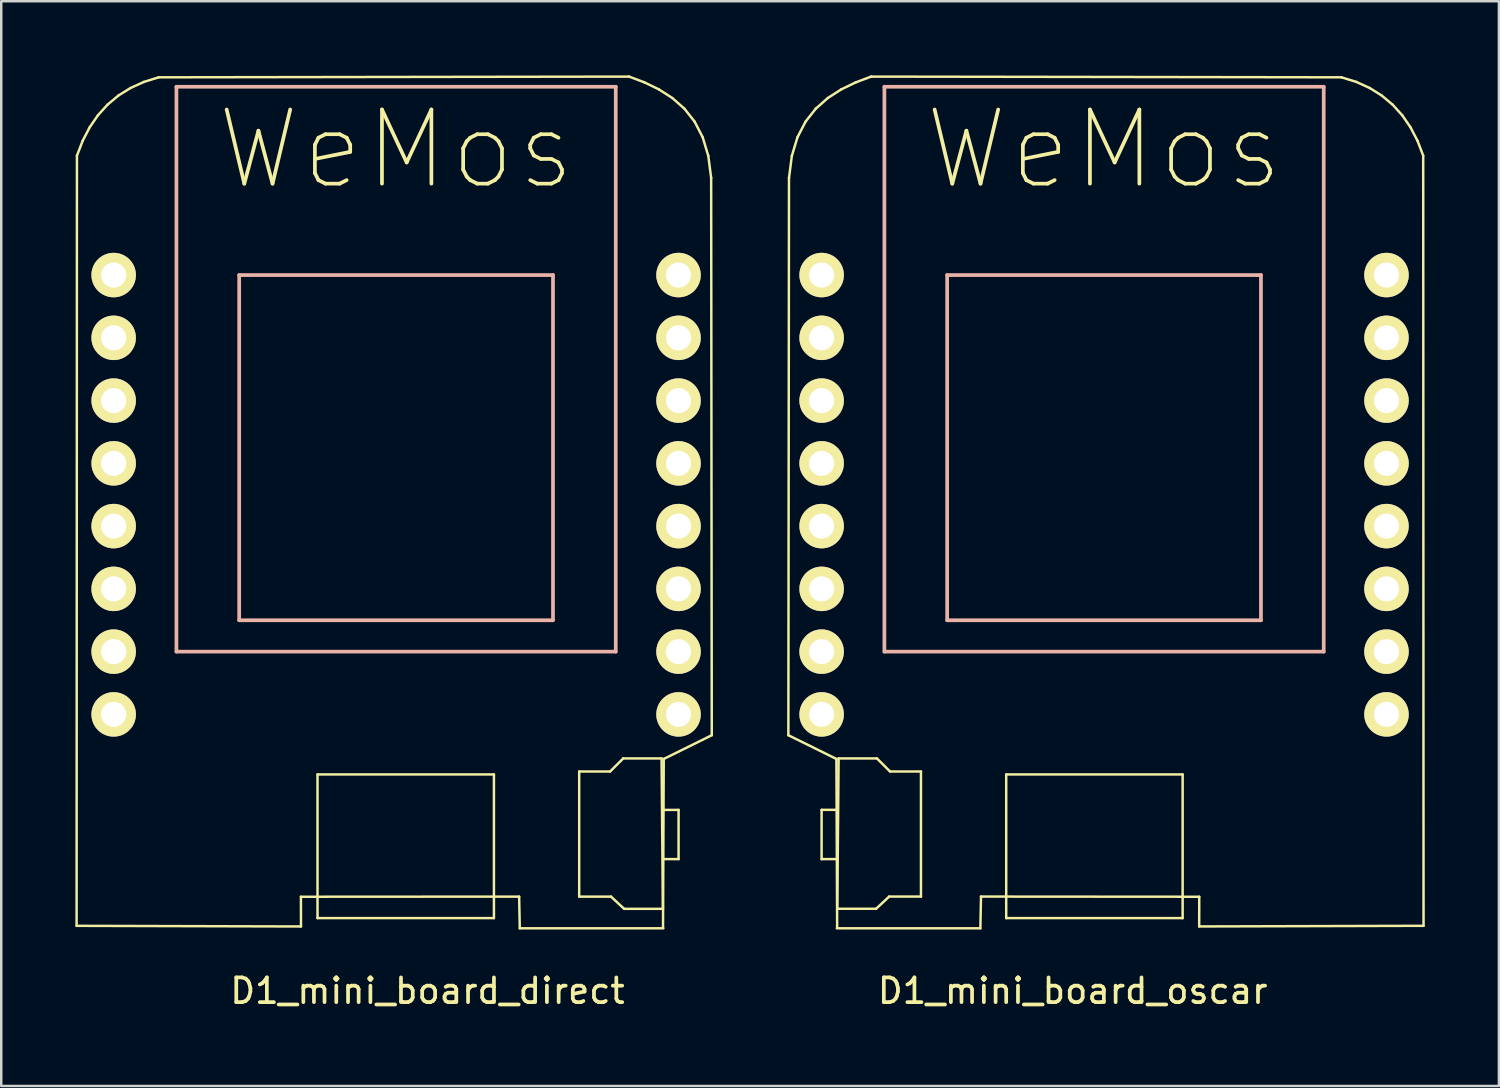
<source format=kicad_pcb>
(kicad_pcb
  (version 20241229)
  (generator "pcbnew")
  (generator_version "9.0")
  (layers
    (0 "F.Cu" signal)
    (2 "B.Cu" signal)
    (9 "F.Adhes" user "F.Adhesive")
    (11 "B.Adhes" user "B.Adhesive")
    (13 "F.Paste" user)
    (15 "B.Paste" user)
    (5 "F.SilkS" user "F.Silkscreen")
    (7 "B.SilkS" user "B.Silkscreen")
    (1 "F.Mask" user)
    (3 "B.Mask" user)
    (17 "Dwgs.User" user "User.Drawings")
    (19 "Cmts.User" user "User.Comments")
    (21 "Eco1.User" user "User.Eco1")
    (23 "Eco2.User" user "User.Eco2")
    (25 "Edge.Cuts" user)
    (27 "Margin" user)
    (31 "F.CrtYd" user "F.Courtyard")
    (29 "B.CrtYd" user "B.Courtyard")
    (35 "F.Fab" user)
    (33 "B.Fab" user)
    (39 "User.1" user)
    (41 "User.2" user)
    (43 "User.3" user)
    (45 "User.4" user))
  (footprint "D1_mini_board_direct"
    (layer "F.Cu")
    (at 12.98 18.242)
    (property "Reference" "D1_mini_board_direct" (at 1.27 18.81 0) (layer "F.SilkS") (effects (font (size 1 1) (thickness 0.15))))
    (attr through_hole)
    (fp_line (start -12.93 16.177) (end -12.916 -14.993) (stroke (width 0.1) (type solid)) (layer "F.SilkS"))
    (fp_line (start -12.916 -14.993) (end -12.683 -15.596) (stroke (width 0.1) (type solid)) (layer "F.SilkS"))
    (fp_line (start -12.683 -15.596) (end -12.4 -16.141) (stroke (width 0.1) (type solid)) (layer "F.SilkS"))
    (fp_line (start -12.4 -16.141) (end -12.065 -16.628) (stroke (width 0.1) (type solid)) (layer "F.SilkS"))
    (fp_line (start -12.065 -16.628) (end -11.679 -17.055) (stroke (width 0.1) (type solid)) (layer "F.SilkS"))
    (fp_line (start -11.679 -17.055) (end -11.241 -17.423) (stroke (width 0.1) (type solid)) (layer "F.SilkS"))
    (fp_line (start -11.241 -17.423) (end -10.749 -17.73) (stroke (width 0.1) (type solid)) (layer "F.SilkS"))
    (fp_line (start -10.749 -17.73) (end -10.205 -17.977) (stroke (width 0.1) (type solid)) (layer "F.SilkS"))
    (fp_line (start -10.205 -17.977) (end -9.607 -18.163) (stroke (width 0.1) (type solid)) (layer "F.SilkS"))
    (fp_line (start -9.607 -18.163) (end 9.43 -18.192) (stroke (width 0.1) (type solid)) (layer "F.SilkS"))
    (fp_line (start -3.851 15) (end -3.849 16.203) (stroke (width 0.1) (type solid)) (layer "F.SilkS"))
    (fp_line (start -3.849 16.203) (end -12.93 16.177) (stroke (width 0.1) (type solid)) (layer "F.SilkS"))
    (fp_line (start -3.18 10.051) (end 3.96 10.051) (stroke (width 0.1) (type solid)) (layer "F.SilkS"))
    (fp_line (start -3.18 15.865) (end -3.18 10.051) (stroke (width 0.1) (type solid)) (layer "F.SilkS"))
    (fp_line (start 3.96 10.051) (end 3.96 15.865) (stroke (width 0.1) (type solid)) (layer "F.SilkS"))
    (fp_line (start 3.96 15.865) (end -3.18 15.865) (stroke (width 0.1) (type solid)) (layer "F.SilkS"))
    (fp_line (start 4.98 14.994) (end -3.851 15) (stroke (width 0.1) (type solid)) (layer "F.SilkS"))
    (fp_line (start 5.006 16.277) (end 4.98 14.994) (stroke (width 0.1) (type solid)) (layer "F.SilkS"))
    (fp_line (start 7.41 9.932) (end 7.41 14.994) (stroke (width 0.1) (type solid)) (layer "F.SilkS"))
    (fp_line (start 7.41 14.994) (end 8.697 14.994) (stroke (width 0.1) (type solid)) (layer "F.SilkS"))
    (fp_line (start 8.662 9.932) (end 7.41 9.932) (stroke (width 0.1) (type solid)) (layer "F.SilkS"))
    (fp_line (start 8.697 14.994) (end 9.227 15.488) (stroke (width 0.1) (type solid)) (layer "F.SilkS"))
    (fp_line (start 9.191 9.402) (end 8.662 9.932) (stroke (width 0.1) (type solid)) (layer "F.SilkS"))
    (fp_line (start 9.227 15.488) (end 10.797 15.488) (stroke (width 0.1) (type solid)) (layer "F.SilkS"))
    (fp_line (start 9.43 -18.192) (end 10.05 -17.958) (stroke (width 0.1) (type solid)) (layer "F.SilkS"))
    (fp_line (start 10.05 -17.958) (end 10.638 -17.673) (stroke (width 0.1) (type solid)) (layer "F.SilkS"))
    (fp_line (start 10.638 -17.673) (end 11.181 -17.324) (stroke (width 0.1) (type solid)) (layer "F.SilkS"))
    (fp_line (start 10.744 9.402) (end 9.191 9.402) (stroke (width 0.1) (type solid)) (layer "F.SilkS"))
    (fp_line (start 10.779 11.484) (end 11.432 11.484) (stroke (width 0.1) (type solid)) (layer "F.SilkS"))
    (fp_line (start 10.797 15.488) (end 10.744 9.402) (stroke (width 0.1) (type solid)) (layer "F.SilkS"))
    (fp_line (start 10.817 16.277) (end 5.006 16.277) (stroke (width 0.1) (type solid)) (layer "F.SilkS"))
    (fp_line (start 10.832 9.424) (end 10.803 16.233) (stroke (width 0.1) (type solid)) (layer "F.SilkS"))
    (fp_line (start 11.181 -17.324) (end 11.667 -16.895) (stroke (width 0.1) (type solid)) (layer "F.SilkS"))
    (fp_line (start 11.432 11.484) (end 11.432 13.477) (stroke (width 0.1) (type solid)) (layer "F.SilkS"))
    (fp_line (start 11.432 13.477) (end 10.814 13.477) (stroke (width 0.1) (type solid)) (layer "F.SilkS"))
    (fp_line (start 11.667 -16.895) (end 12.08 -16.371) (stroke (width 0.1) (type solid)) (layer "F.SilkS"))
    (fp_line (start 12.08 -16.371) (end 12.407 -15.74) (stroke (width 0.1) (type solid)) (layer "F.SilkS"))
    (fp_line (start 12.407 -15.74) (end 12.635 -14.985) (stroke (width 0.1) (type solid)) (layer "F.SilkS"))
    (fp_line (start 12.635 -14.985) (end 12.751 -14.092) (stroke (width 0.1) (type solid)) (layer "F.SilkS"))
    (fp_line (start 12.751 -14.092) (end 12.776 8.463) (stroke (width 0.1) (type solid)) (layer "F.SilkS"))
    (fp_line (start 12.776 8.463) (end 10.832 9.424) (stroke (width 0.1) (type solid)) (layer "F.SilkS"))
    (fp_line (start -8.89 -17.78) (end -8.89 5.08) (stroke (width 0.15) (type solid)) (layer "B.SilkS"))
    (fp_line (start -8.89 5.08) (end 8.89 5.08) (stroke (width 0.15) (type solid)) (layer "B.SilkS"))
    (fp_line (start -6.35 -10.16) (end 6.35 -10.16) (stroke (width 0.15) (type solid)) (layer "B.SilkS"))
    (fp_line (start -6.35 3.81) (end -6.35 -10.16) (stroke (width 0.15) (type solid)) (layer "B.SilkS"))
    (fp_line (start 6.35 -10.16) (end 6.35 3.81) (stroke (width 0.15) (type solid)) (layer "B.SilkS"))
    (fp_line (start 6.35 3.81) (end -6.35 3.81) (stroke (width 0.15) (type solid)) (layer "B.SilkS"))
    (fp_line (start 8.89 -17.78) (end -8.89 -17.78) (stroke (width 0.15) (type solid)) (layer "B.SilkS"))
    (fp_line (start 8.89 5.08) (end 8.89 -17.78) (stroke (width 0.15) (type solid)) (layer "B.SilkS"))
    (fp_text user "WeMos" (at 0 -15.24 0) (layer "F.SilkS") (effects (font (size 3 3) (thickness 0.15))))
    (pad "1" thru_hole circle (at 11.43 7.62) (size 1.8 1.8) (drill 1.016) (layers "*.Cu" "*.Mask" "F.SilkS"))
    (pad "2" thru_hole circle (at 11.43 5.08) (size 1.8 1.8) (drill 1.016) (layers "*.Cu" "*.Mask" "F.SilkS"))
    (pad "3" thru_hole circle (at 11.43 2.54) (size 1.8 1.8) (drill 1.016) (layers "*.Cu" "*.Mask" "F.SilkS"))
    (pad "4" thru_hole circle (at 11.43 0) (size 1.8 1.8) (drill 1.016) (layers "*.Cu" "*.Mask" "F.SilkS"))
    (pad "5" thru_hole circle (at 11.43 -2.54) (size 1.8 1.8) (drill 1.016) (layers "*.Cu" "*.Mask" "F.SilkS"))
    (pad "6" thru_hole circle (at 11.43 -5.08) (size 1.8 1.8) (drill 1.016) (layers "*.Cu" "*.Mask" "F.SilkS"))
    (pad "7" thru_hole circle (at 11.43 -7.62) (size 1.8 1.8) (drill 1.016) (layers "*.Cu" "*.Mask" "F.SilkS"))
    (pad "8" thru_hole circle (at 11.43 -10.16) (size 1.8 1.8) (drill 1.016) (layers "*.Cu" "*.Mask" "F.SilkS"))
    (pad "9" thru_hole circle (at -11.43 -10.16) (size 1.8 1.8) (drill 1.016) (layers "*.Cu" "*.Mask" "F.SilkS"))
    (pad "10" thru_hole circle (at -11.43 -7.62) (size 1.8 1.8) (drill 1.016) (layers "*.Cu" "*.Mask" "F.SilkS"))
    (pad "11" thru_hole circle (at -11.43 -5.08) (size 1.8 1.8) (drill 1.016) (layers "*.Cu" "*.Mask" "F.SilkS"))
    (pad "12" thru_hole circle (at -11.43 -2.54) (size 1.8 1.8) (drill 1.016) (layers "*.Cu" "*.Mask" "F.SilkS"))
    (pad "13" thru_hole circle (at -11.43 0) (size 1.8 1.8) (drill 1.016) (layers "*.Cu" "*.Mask" "F.SilkS"))
    (pad "14" thru_hole circle (at -11.43 2.54) (size 1.8 1.8) (drill 1.016) (layers "*.Cu" "*.Mask" "F.SilkS"))
    (pad "15" thru_hole circle (at -11.43 5.08) (size 1.8 1.8) (drill 1.016) (layers "*.Cu" "*.Mask" "F.SilkS"))
    (pad "16" thru_hole circle (at -11.43 7.62) (size 1.8 1.8) (drill 1.016) (layers "*.Cu" "*.Mask" "F.SilkS")))
  (footprint "D1_mini_board_oscar"
    (layer "F.Cu")
    (at 42.153 16.108)
    (property "Reference" "D1_mini_board_oscar" (at -1.791 20.944 0) (layer "F.SilkS") (effects (font (size 1 1) (thickness 0.15))))
    (attr through_hole)
    (fp_line (start -13.297 10.597) (end -11.353 11.558) (stroke (width 0.1) (type solid)) (layer "F.SilkS"))
    (fp_line (start -13.272 -11.958) (end -13.297 10.597) (stroke (width 0.1) (type solid)) (layer "F.SilkS"))
    (fp_line (start -13.156 -12.851) (end -13.272 -11.958) (stroke (width 0.1) (type solid)) (layer "F.SilkS"))
    (fp_line (start -12.928 -13.606) (end -13.156 -12.851) (stroke (width 0.1) (type solid)) (layer "F.SilkS"))
    (fp_line (start -12.6 -14.238) (end -12.928 -13.606) (stroke (width 0.1) (type solid)) (layer "F.SilkS"))
    (fp_line (start -12.187 -14.761) (end -12.6 -14.238) (stroke (width 0.1) (type solid)) (layer "F.SilkS"))
    (fp_line (start -11.952 13.617) (end -11.952 15.611) (stroke (width 0.1) (type solid)) (layer "F.SilkS"))
    (fp_line (start -11.952 15.611) (end -11.335 15.611) (stroke (width 0.1) (type solid)) (layer "F.SilkS"))
    (fp_line (start -11.702 -15.19) (end -12.187 -14.761) (stroke (width 0.1) (type solid)) (layer "F.SilkS"))
    (fp_line (start -11.353 11.558) (end -11.323 18.366) (stroke (width 0.1) (type solid)) (layer "F.SilkS"))
    (fp_line (start -11.338 18.411) (end -5.527 18.411) (stroke (width 0.1) (type solid)) (layer "F.SilkS"))
    (fp_line (start -11.317 17.621) (end -11.264 11.536) (stroke (width 0.1) (type solid)) (layer "F.SilkS"))
    (fp_line (start -11.3 13.617) (end -11.952 13.617) (stroke (width 0.1) (type solid)) (layer "F.SilkS"))
    (fp_line (start -11.264 11.536) (end -9.712 11.536) (stroke (width 0.1) (type solid)) (layer "F.SilkS"))
    (fp_line (start -11.159 -15.54) (end -11.702 -15.19) (stroke (width 0.1) (type solid)) (layer "F.SilkS"))
    (fp_line (start -10.571 -15.824) (end -11.159 -15.54) (stroke (width 0.1) (type solid)) (layer "F.SilkS"))
    (fp_line (start -9.951 -16.058) (end -10.571 -15.824) (stroke (width 0.1) (type solid)) (layer "F.SilkS"))
    (fp_line (start -9.747 17.621) (end -11.317 17.621) (stroke (width 0.1) (type solid)) (layer "F.SilkS"))
    (fp_line (start -9.712 11.536) (end -9.183 12.065) (stroke (width 0.1) (type solid)) (layer "F.SilkS"))
    (fp_line (start -9.218 17.127) (end -9.747 17.621) (stroke (width 0.1) (type solid)) (layer "F.SilkS"))
    (fp_line (start -9.183 12.065) (end -7.931 12.065) (stroke (width 0.1) (type solid)) (layer "F.SilkS"))
    (fp_line (start -7.931 12.065) (end -7.931 17.127) (stroke (width 0.1) (type solid)) (layer "F.SilkS"))
    (fp_line (start -7.931 17.127) (end -9.218 17.127) (stroke (width 0.1) (type solid)) (layer "F.SilkS"))
    (fp_line (start -5.527 18.411) (end -5.501 17.127) (stroke (width 0.1) (type solid)) (layer "F.SilkS"))
    (fp_line (start -5.501 17.127) (end 3.331 17.134) (stroke (width 0.1) (type solid)) (layer "F.SilkS"))
    (fp_line (start -4.481 12.185) (end -4.481 17.999) (stroke (width 0.1) (type solid)) (layer "F.SilkS"))
    (fp_line (start -4.481 17.999) (end 2.659 17.999) (stroke (width 0.1) (type solid)) (layer "F.SilkS"))
    (fp_line (start 2.659 12.185) (end -4.481 12.185) (stroke (width 0.1) (type solid)) (layer "F.SilkS"))
    (fp_line (start 2.659 17.999) (end 2.659 12.185) (stroke (width 0.1) (type solid)) (layer "F.SilkS"))
    (fp_line (start 3.329 18.336) (end 12.409 18.31) (stroke (width 0.1) (type solid)) (layer "F.SilkS"))
    (fp_line (start 3.331 17.134) (end 3.329 18.336) (stroke (width 0.1) (type solid)) (layer "F.SilkS"))
    (fp_line (start 9.087 -16.029) (end -9.951 -16.058) (stroke (width 0.1) (type solid)) (layer "F.SilkS"))
    (fp_line (start 9.685 -15.844) (end 9.087 -16.029) (stroke (width 0.1) (type solid)) (layer "F.SilkS"))
    (fp_line (start 10.229 -15.597) (end 9.685 -15.844) (stroke (width 0.1) (type solid)) (layer "F.SilkS"))
    (fp_line (start 10.72 -15.289) (end 10.229 -15.597) (stroke (width 0.1) (type solid)) (layer "F.SilkS"))
    (fp_line (start 11.158 -14.921) (end 10.72 -15.289) (stroke (width 0.1) (type solid)) (layer "F.SilkS"))
    (fp_line (start 11.545 -14.494) (end 11.158 -14.921) (stroke (width 0.1) (type solid)) (layer "F.SilkS"))
    (fp_line (start 11.879 -14.008) (end 11.545 -14.494) (stroke (width 0.1) (type solid)) (layer "F.SilkS"))
    (fp_line (start 12.163 -13.463) (end 11.879 -14.008) (stroke (width 0.1) (type solid)) (layer "F.SilkS"))
    (fp_line (start 12.395 -12.86) (end 12.163 -13.463) (stroke (width 0.1) (type solid)) (layer "F.SilkS"))
    (fp_line (start 12.409 18.31) (end 12.395 -12.86) (stroke (width 0.1) (type solid)) (layer "F.SilkS"))
    (fp_line (start -9.411 -15.646) (end 8.369 -15.646) (stroke (width 0.15) (type solid)) (layer "B.SilkS"))
    (fp_line (start -9.411 7.214) (end -9.411 -15.646) (stroke (width 0.15) (type solid)) (layer "B.SilkS"))
    (fp_line (start -6.871 -8.026) (end -6.871 5.944) (stroke (width 0.15) (type solid)) (layer "B.SilkS"))
    (fp_line (start -6.871 5.944) (end 5.829 5.944) (stroke (width 0.15) (type solid)) (layer "B.SilkS"))
    (fp_line (start 5.829 -8.026) (end -6.871 -8.026) (stroke (width 0.15) (type solid)) (layer "B.SilkS"))
    (fp_line (start 5.829 5.944) (end 5.829 -8.026) (stroke (width 0.15) (type solid)) (layer "B.SilkS"))
    (fp_line (start 8.369 -15.646) (end 8.369 7.214) (stroke (width 0.15) (type solid)) (layer "B.SilkS"))
    (fp_line (start 8.369 7.214) (end -9.411 7.214) (stroke (width 0.15) (type solid)) (layer "B.SilkS"))
    (fp_text user "WeMos" (at -0.521 -13.106 0) (layer "F.SilkS") (effects (font (size 3 3) (thickness 0.15))))
    (pad "1" thru_hole circle (at -11.951 -8.026) (size 1.8 1.8) (drill 1.016) (layers "*.Cu" "*.Mask" "F.SilkS"))
    (pad "2" thru_hole circle (at -11.951 -5.486) (size 1.8 1.8) (drill 1.016) (layers "*.Cu" "*.Mask" "F.SilkS"))
    (pad "3" thru_hole circle (at -11.951 -2.946) (size 1.8 1.8) (drill 1.016) (layers "*.Cu" "*.Mask" "F.SilkS"))
    (pad "4" thru_hole circle (at -11.951 -0.406) (size 1.8 1.8) (drill 1.016) (layers "*.Cu" "*.Mask" "F.SilkS"))
    (pad "5" thru_hole circle (at -11.951 2.134) (size 1.8 1.8) (drill 1.016) (layers "*.Cu" "*.Mask" "F.SilkS"))
    (pad "6" thru_hole circle (at -11.951 4.674) (size 1.8 1.8) (drill 1.016) (layers "*.Cu" "*.Mask" "F.SilkS"))
    (pad "7" thru_hole circle (at -11.951 7.214) (size 1.8 1.8) (drill 1.016) (layers "*.Cu" "*.Mask" "F.SilkS"))
    (pad "8" thru_hole circle (at -11.951 9.754) (size 1.8 1.8) (drill 1.016) (layers "*.Cu" "*.Mask" "F.SilkS"))
    (pad "9" thru_hole circle (at 10.909 9.754) (size 1.8 1.8) (drill 1.016) (layers "*.Cu" "*.Mask" "F.SilkS"))
    (pad "10" thru_hole circle (at 10.909 7.214) (size 1.8 1.8) (drill 1.016) (layers "*.Cu" "*.Mask" "F.SilkS"))
    (pad "11" thru_hole circle (at 10.909 4.674) (size 1.8 1.8) (drill 1.016) (layers "*.Cu" "*.Mask" "F.SilkS"))
    (pad "12" thru_hole circle (at 10.909 2.134) (size 1.8 1.8) (drill 1.016) (layers "*.Cu" "*.Mask" "F.SilkS"))
    (pad "13" thru_hole circle (at 10.909 -0.406) (size 1.8 1.8) (drill 1.016) (layers "*.Cu" "*.Mask" "F.SilkS"))
    (pad "14" thru_hole circle (at 10.909 -2.946) (size 1.8 1.8) (drill 1.016) (layers "*.Cu" "*.Mask" "F.SilkS"))
    (pad "15" thru_hole circle (at 10.909 -5.486) (size 1.8 1.8) (drill 1.016) (layers "*.Cu" "*.Mask" "F.SilkS"))
    (pad "16" thru_hole circle (at 10.909 -8.026) (size 1.8 1.8) (drill 1.016) (layers "*.Cu" "*.Mask" "F.SilkS")))
  (gr_rect
    (start -3 -3)
    (end 57.612 40.9)
    (stroke (width 0.1) (type default))
    (fill no)
    (layer "Edge.Cuts")))
</source>
